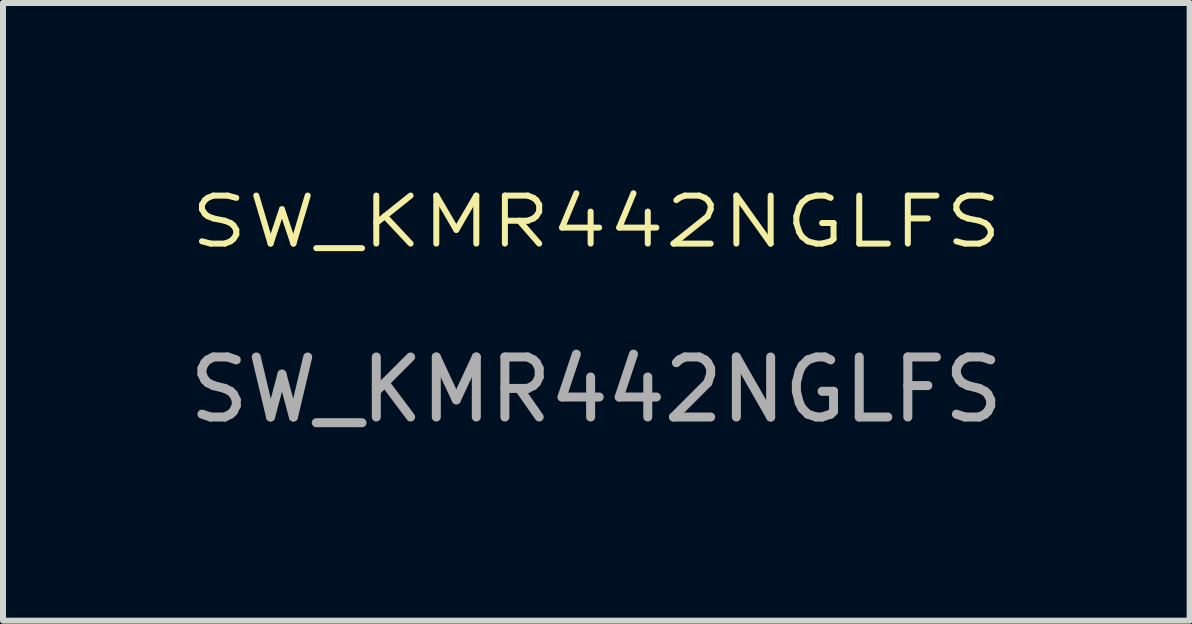
<source format=kicad_pcb>
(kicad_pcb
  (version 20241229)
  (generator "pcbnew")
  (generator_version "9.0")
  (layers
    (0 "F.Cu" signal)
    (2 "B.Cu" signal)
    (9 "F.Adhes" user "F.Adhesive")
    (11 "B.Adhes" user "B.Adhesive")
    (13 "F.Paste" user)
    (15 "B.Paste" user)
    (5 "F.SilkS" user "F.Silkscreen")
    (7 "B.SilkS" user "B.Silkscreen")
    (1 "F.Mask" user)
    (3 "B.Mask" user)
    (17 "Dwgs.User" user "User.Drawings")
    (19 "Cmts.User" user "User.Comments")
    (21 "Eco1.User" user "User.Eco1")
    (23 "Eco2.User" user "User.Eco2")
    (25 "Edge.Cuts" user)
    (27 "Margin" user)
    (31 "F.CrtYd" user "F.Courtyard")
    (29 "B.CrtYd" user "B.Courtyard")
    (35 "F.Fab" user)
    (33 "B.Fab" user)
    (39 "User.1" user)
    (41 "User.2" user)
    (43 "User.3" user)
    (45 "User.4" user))
  (footprint "SW_KMR442NGLFS"
    (layer "F.Cu")
    (at 6.887 1.044)
    (property "Reference" "SW_KMR442NGLFS" (at 0 -0.4 0) (unlocked yes) (layer "F.SilkS") (effects (font (size 0.8 1) (thickness 0.1))))
    (attr smd)
    (fp_text user "${REFERENCE}" (at 0 2.4 0) (unlocked yes) (layer "F.Fab") (effects (font (size 1 1) (thickness 0.15)))))
  (gr_rect
    (start -3 -3)
    (end 16.774 7.292)
    (stroke (width 0.1) (type default))
    (fill no)
    (layer "Edge.Cuts")))
</source>
